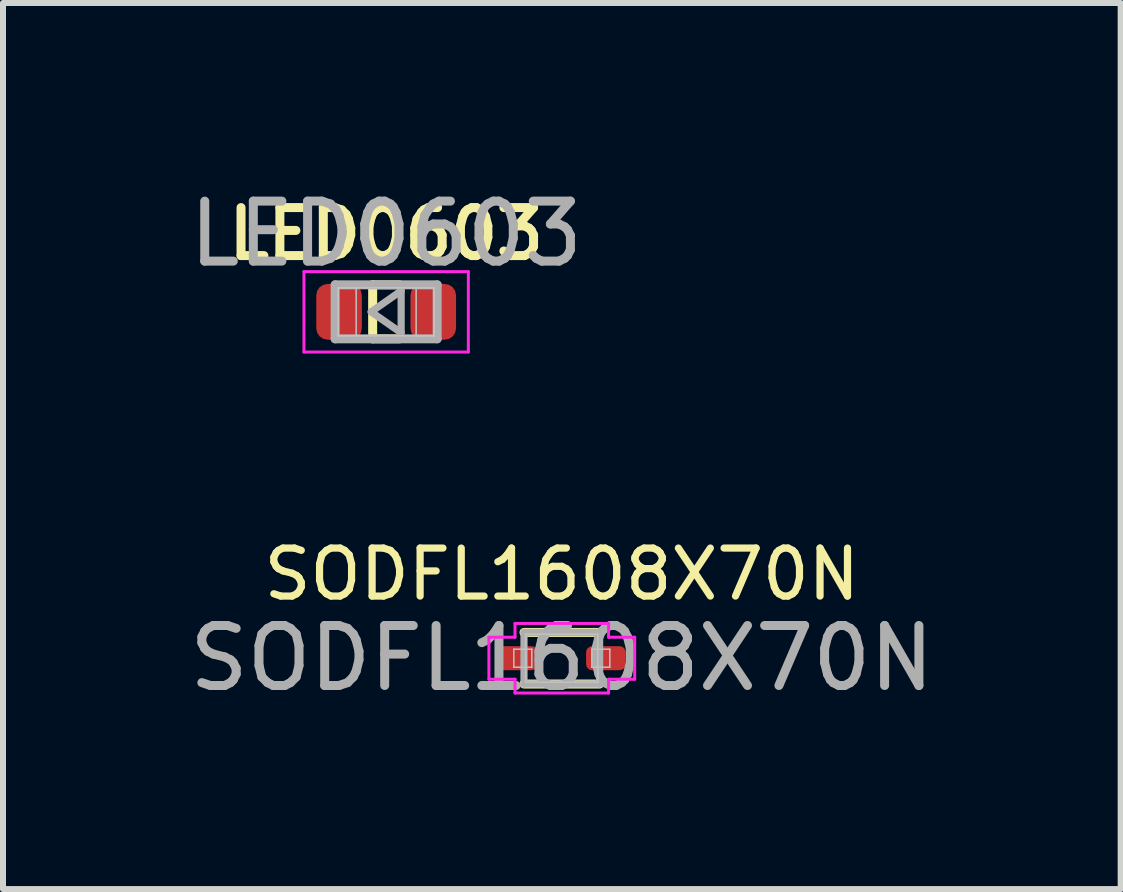
<source format=kicad_pcb>
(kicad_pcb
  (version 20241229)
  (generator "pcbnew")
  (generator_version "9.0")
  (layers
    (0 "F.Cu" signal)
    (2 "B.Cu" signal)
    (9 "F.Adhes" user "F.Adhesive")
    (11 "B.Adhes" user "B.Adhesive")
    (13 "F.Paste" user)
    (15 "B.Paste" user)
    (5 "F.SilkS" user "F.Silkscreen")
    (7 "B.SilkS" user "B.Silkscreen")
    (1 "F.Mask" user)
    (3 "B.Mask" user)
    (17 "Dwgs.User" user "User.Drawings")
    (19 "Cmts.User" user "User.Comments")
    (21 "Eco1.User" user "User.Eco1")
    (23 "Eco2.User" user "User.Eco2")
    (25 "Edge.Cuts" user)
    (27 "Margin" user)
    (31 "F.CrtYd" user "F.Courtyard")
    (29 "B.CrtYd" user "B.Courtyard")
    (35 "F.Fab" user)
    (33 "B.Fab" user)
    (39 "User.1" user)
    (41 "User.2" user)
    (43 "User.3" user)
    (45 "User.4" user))
  (footprint "SODFL1608X70N"
    (layer "F.Cu")
    (at 6.315 7.922)
    (property "Reference" "SODFL1608X70N" (at 0 -1.4 0) (layer "F.SilkS") (effects (font (size 0.8 0.8) (thickness 0.12))))
    (attr smd)
    (fp_line (start -0.63 -0.43) (end 0.63 -0.43) (stroke (width 0.15) (type solid)) (layer "F.SilkS"))
    (fp_line (start 0.63 0.43) (end -0.63 0.43) (stroke (width 0.15) (type solid)) (layer "F.SilkS"))
    (fp_line (start -0.8 -0.15) (end -0.5 -0.15) (stroke (width 0.025) (type solid)) (layer "Dwgs.User"))
    (fp_line (start -0.8 0.15) (end -0.8 -0.15) (stroke (width 0.025) (type solid)) (layer "Dwgs.User"))
    (fp_line (start -0.6 -0.4) (end 0.6 -0.4) (stroke (width 0.025) (type solid)) (layer "Dwgs.User"))
    (fp_line (start -0.6 0.4) (end -0.6 -0.4) (stroke (width 0.025) (type solid)) (layer "Dwgs.User"))
    (fp_line (start -0.5 -0.15) (end -0.5 0.15) (stroke (width 0.025) (type solid)) (layer "Dwgs.User"))
    (fp_line (start -0.5 0.15) (end -0.8 0.15) (stroke (width 0.025) (type solid)) (layer "Dwgs.User"))
    (fp_line (start 0.5 -0.15) (end 0.8 -0.15) (stroke (width 0.025) (type solid)) (layer "Dwgs.User"))
    (fp_line (start 0.5 0.15) (end 0.5 -0.15) (stroke (width 0.025) (type solid)) (layer "Dwgs.User"))
    (fp_line (start 0.6 -0.4) (end 0.6 0.4) (stroke (width 0.025) (type solid)) (layer "Dwgs.User"))
    (fp_line (start 0.6 0.4) (end -0.6 0.4) (stroke (width 0.025) (type solid)) (layer "Dwgs.User"))
    (fp_line (start 0.8 -0.15) (end 0.8 0.15) (stroke (width 0.025) (type solid)) (layer "Dwgs.User"))
    (fp_line (start 0.8 0.15) (end 0.5 0.15) (stroke (width 0.025) (type solid)) (layer "Dwgs.User"))
    (fp_line (start -1.215 -0.35) (end -1.215 0.35) (stroke (width 0.05) (type solid)) (layer "F.CrtYd"))
    (fp_line (start -1.215 0.35) (end -0.78 0.35) (stroke (width 0.05) (type solid)) (layer "F.CrtYd"))
    (fp_line (start -0.78 -0.58) (end -0.78 -0.35) (stroke (width 0.05) (type solid)) (layer "F.CrtYd"))
    (fp_line (start -0.78 -0.35) (end -1.215 -0.35) (stroke (width 0.05) (type solid)) (layer "F.CrtYd"))
    (fp_line (start -0.78 0.35) (end -0.78 0.58) (stroke (width 0.05) (type solid)) (layer "F.CrtYd"))
    (fp_line (start -0.78 0.58) (end 0.78 0.58) (stroke (width 0.05) (type solid)) (layer "F.CrtYd"))
    (fp_line (start 0.78 -0.58) (end -0.78 -0.58) (stroke (width 0.05) (type solid)) (layer "F.CrtYd"))
    (fp_line (start 0.78 -0.35) (end 0.78 -0.58) (stroke (width 0.05) (type solid)) (layer "F.CrtYd"))
    (fp_line (start 0.78 0.35) (end 1.215 0.35) (stroke (width 0.05) (type solid)) (layer "F.CrtYd"))
    (fp_line (start 0.78 0.58) (end 0.78 0.35) (stroke (width 0.05) (type solid)) (layer "F.CrtYd"))
    (fp_line (start 1.215 -0.35) (end 0.78 -0.35) (stroke (width 0.05) (type solid)) (layer "F.CrtYd"))
    (fp_line (start 1.215 0.35) (end 1.215 -0.35) (stroke (width 0.05) (type solid)) (layer "F.CrtYd"))
    (fp_line (start -0.63 -0.43) (end 0.63 -0.43) (stroke (width 0.12) (type solid)) (layer "F.Fab"))
    (fp_line (start -0.63 0.43) (end -0.63 -0.43) (stroke (width 0.12) (type solid)) (layer "F.Fab"))
    (fp_line (start 0.63 -0.43) (end 0.63 0.43) (stroke (width 0.12) (type solid)) (layer "F.Fab"))
    (fp_line (start 0.63 0.43) (end -0.63 0.43) (stroke (width 0.12) (type solid)) (layer "F.Fab"))
    (fp_text user "${REFERENCE}" (at 0 0 0) (layer "F.Fab") (effects (font (size 1 1) (thickness 0.15))))
    (pad "A" smd roundrect (at 0.735 0) (size 0.66 0.4) (layers "F.Cu" "F.Mask" "F.Paste") (roundrect_rratio 0.25))
    (pad "C" smd roundrect (at -0.735 0) (size 0.66 0.4) (layers "F.Cu" "F.Mask" "F.Paste") (roundrect_rratio 0.25)))
  (footprint "LED0603"
    (layer "F.Cu")
    (at 3.387 2.148)
    (property "Reference" "LED0603" (at 0 -1.3 0) (layer "F.Fab") (effects (font (size 1 1) (thickness 0.15))))
    (attr smd)
    (fp_line (start -0.225 -0.45) (end -0.225 0.45) (stroke (width 0.15) (type solid)) (layer "F.SilkS"))
    (fp_line (start -0.225 -0.45) (end 0.225 -0.45) (stroke (width 0.15) (type solid)) (layer "F.SilkS"))
    (fp_line (start -0.225 0.45) (end 0.225 0.45) (stroke (width 0.15) (type solid)) (layer "F.SilkS"))
    (fp_line (start -0.8 -0.4) (end -0.5 -0.4) (stroke (width 0.025) (type solid)) (layer "Dwgs.User"))
    (fp_line (start -0.8 -0.4) (end 0.8 -0.4) (stroke (width 0.025) (type solid)) (layer "Dwgs.User"))
    (fp_line (start -0.8 0.4) (end -0.8 -0.4) (stroke (width 0.025) (type solid)) (layer "Dwgs.User"))
    (fp_line (start -0.8 0.4) (end -0.8 -0.4) (stroke (width 0.025) (type solid)) (layer "Dwgs.User"))
    (fp_line (start -0.5 -0.4) (end -0.5 0.4) (stroke (width 0.025) (type solid)) (layer "Dwgs.User"))
    (fp_line (start -0.5 0.4) (end -0.8 0.4) (stroke (width 0.025) (type solid)) (layer "Dwgs.User"))
    (fp_line (start 0.5 -0.4) (end 0.8 -0.4) (stroke (width 0.025) (type solid)) (layer "Dwgs.User"))
    (fp_line (start 0.5 0.4) (end 0.5 -0.4) (stroke (width 0.025) (type solid)) (layer "Dwgs.User"))
    (fp_line (start 0.8 -0.4) (end 0.8 0.4) (stroke (width 0.025) (type solid)) (layer "Dwgs.User"))
    (fp_line (start 0.8 -0.4) (end 0.8 0.4) (stroke (width 0.025) (type solid)) (layer "Dwgs.User"))
    (fp_line (start 0.8 0.4) (end -0.8 0.4) (stroke (width 0.025) (type solid)) (layer "Dwgs.User"))
    (fp_line (start 0.8 0.4) (end 0.5 0.4) (stroke (width 0.025) (type solid)) (layer "Dwgs.User"))
    (fp_line (start -1.37 -0.67) (end 1.37 -0.67) (stroke (width 0.05) (type solid)) (layer "F.CrtYd"))
    (fp_line (start -1.37 0.67) (end -1.37 -0.67) (stroke (width 0.05) (type solid)) (layer "F.CrtYd"))
    (fp_line (start 1.37 -0.67) (end 1.37 0.67) (stroke (width 0.05) (type solid)) (layer "F.CrtYd"))
    (fp_line (start 1.37 0.67) (end -1.37 0.67) (stroke (width 0.05) (type solid)) (layer "F.CrtYd"))
    (fp_line (start -0.85 -0.45) (end 0.85 -0.45) (stroke (width 0.15) (type solid)) (layer "F.Fab"))
    (fp_line (start -0.85 0.45) (end -0.85 -0.45) (stroke (width 0.15) (type solid)) (layer "F.Fab"))
    (fp_line (start -0.25 0) (end 0.25 -0.35) (stroke (width 0.12) (type solid)) (layer "F.Fab"))
    (fp_line (start 0.25 -0.35) (end 0.25 0.35) (stroke (width 0.12) (type solid)) (layer "F.Fab"))
    (fp_line (start 0.25 0.35) (end -0.25 0) (stroke (width 0.12) (type solid)) (layer "F.Fab"))
    (fp_line (start 0.85 -0.45) (end 0.85 0.45) (stroke (width 0.15) (type solid)) (layer "F.Fab"))
    (fp_line (start 0.85 0.45) (end -0.85 0.45) (stroke (width 0.15) (type solid)) (layer "F.Fab"))
    (fp_text user "${REFERENCE}" (at 0 -1.3 0) (layer "F.SilkS") (effects (font (size 0.8 0.8) (thickness 0.15))))
    (pad "" smd custom (at -0.785 0) (size 0.3 0.3) (layers "F.Paste") (options (anchor circle)) (primitives (gr_poly (pts (xy -0.38 -0.3) (xy -0.2 -0.465) (xy 0.125 -0.465) (xy 0.38 0) (xy 0.125 0.465) (xy -0.2 0.465) (xy -0.38 0.3)) (width 0) (fill yes))))
    (pad "" smd custom (at 0.785 0 180) (size 0.3 0.3) (layers "F.Paste") (options (anchor circle)) (primitives (gr_poly (pts (xy -0.38 -0.3) (xy -0.2 -0.465) (xy 0.125 -0.465) (xy 0.38 0) (xy 0.125 0.465) (xy -0.2 0.465) (xy -0.38 0.3)) (width 0) (fill yes))))
    (pad "A" smd roundrect (at 0.785 0) (size 0.76 0.93) (layers "F.Cu" "F.Mask") (roundrect_rratio 0.25))
    (pad "C" smd roundrect (at -0.785 0) (size 0.76 0.93) (layers "F.Cu" "F.Mask") (roundrect_rratio 0.25)))
  (gr_rect
    (start -3 -3)
    (end 15.631 11.77)
    (stroke (width 0.1) (type default))
    (fill no)
    (layer "Edge.Cuts")))
</source>
